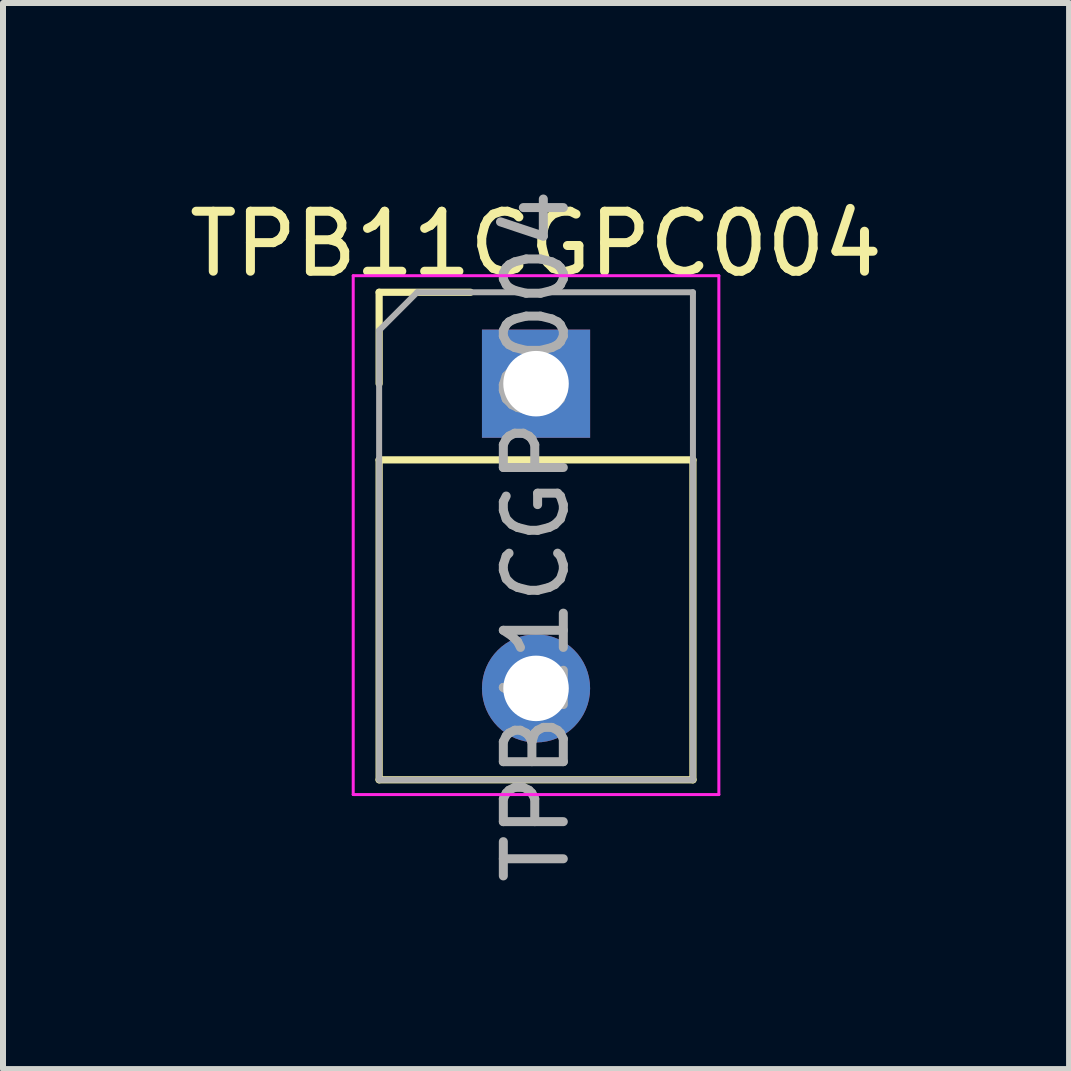
<source format=kicad_pcb>
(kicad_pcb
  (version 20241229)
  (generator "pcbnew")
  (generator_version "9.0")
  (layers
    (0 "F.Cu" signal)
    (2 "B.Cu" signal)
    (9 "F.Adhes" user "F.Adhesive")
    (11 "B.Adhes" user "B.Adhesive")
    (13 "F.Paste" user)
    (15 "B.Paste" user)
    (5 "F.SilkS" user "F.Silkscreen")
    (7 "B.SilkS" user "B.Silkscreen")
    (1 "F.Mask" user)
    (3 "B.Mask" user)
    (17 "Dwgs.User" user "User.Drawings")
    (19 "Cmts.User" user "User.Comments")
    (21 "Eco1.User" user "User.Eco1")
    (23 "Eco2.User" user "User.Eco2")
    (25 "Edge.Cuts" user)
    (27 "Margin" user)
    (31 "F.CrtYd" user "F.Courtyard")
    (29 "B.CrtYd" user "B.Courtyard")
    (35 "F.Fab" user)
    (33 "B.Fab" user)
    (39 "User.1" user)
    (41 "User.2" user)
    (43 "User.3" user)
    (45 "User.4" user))
  (footprint "TPB11CGPC004"
    (layer "F.Cu")
    (at 5.887 3.347)
    (property "Reference" "TPB11CGPC004" (at 0 -2.33 0) (layer "F.SilkS") (effects (font (size 1 1) (thickness 0.15))))
    (attr through_hole)
    (fp_line (start -2.616 -1.524) (end -1.092 -1.524) (stroke (width 0.12) (type solid)) (layer "F.SilkS"))
    (fp_line (start -2.616 0) (end -2.616 -1.524) (stroke (width 0.12) (type solid)) (layer "F.SilkS"))
    (fp_line (start -2.616 1.27) (end -2.616 6.604) (stroke (width 0.12) (type solid)) (layer "F.SilkS"))
    (fp_line (start -2.616 1.27) (end 2.616 1.27) (stroke (width 0.12) (type solid)) (layer "F.SilkS"))
    (fp_line (start -2.616 6.604) (end 2.616 6.604) (stroke (width 0.12) (type solid)) (layer "F.SilkS"))
    (fp_line (start 2.616 1.27) (end 2.616 6.604) (stroke (width 0.12) (type solid)) (layer "F.SilkS"))
    (fp_line (start -3.048 -1.8) (end -3.048 6.85) (stroke (width 0.05) (type solid)) (layer "F.CrtYd"))
    (fp_line (start -3.048 6.85) (end 3.048 6.85) (stroke (width 0.05) (type solid)) (layer "F.CrtYd"))
    (fp_line (start 3.048 -1.8) (end -3.048 -1.8) (stroke (width 0.05) (type solid)) (layer "F.CrtYd"))
    (fp_line (start 3.048 6.85) (end 3.048 -1.8) (stroke (width 0.05) (type solid)) (layer "F.CrtYd"))
    (fp_line (start -2.616 -0.889) (end -1.981 -1.524) (stroke (width 0.1) (type solid)) (layer "F.Fab"))
    (fp_line (start -2.616 6.604) (end -2.616 -0.889) (stroke (width 0.1) (type solid)) (layer "F.Fab"))
    (fp_line (start -1.981 -1.524) (end 2.616 -1.524) (stroke (width 0.1) (type solid)) (layer "F.Fab"))
    (fp_line (start 2.616 -1.524) (end 2.616 6.604) (stroke (width 0.1) (type solid)) (layer "F.Fab"))
    (fp_line (start 2.616 6.604) (end -2.616 6.604) (stroke (width 0.1) (type solid)) (layer "F.Fab"))
    (fp_text user "${REFERENCE}" (at 0 2.54 90) (layer "F.Fab") (effects (font (size 1 1) (thickness 0.15))))
    (pad "1" thru_hole rect (at 0 0) (size 1.803 1.803) (drill 1.092) (layers "*.Cu" "*.Mask"))
    (pad "2" thru_hole oval (at 0 5.08) (size 1.803 1.803) (drill 1.092) (layers "*.Cu" "*.Mask")))
  (gr_rect
    (start -3 -3)
    (end 14.774 14.774)
    (stroke (width 0.1) (type default))
    (fill no)
    (layer "Edge.Cuts")))
</source>
